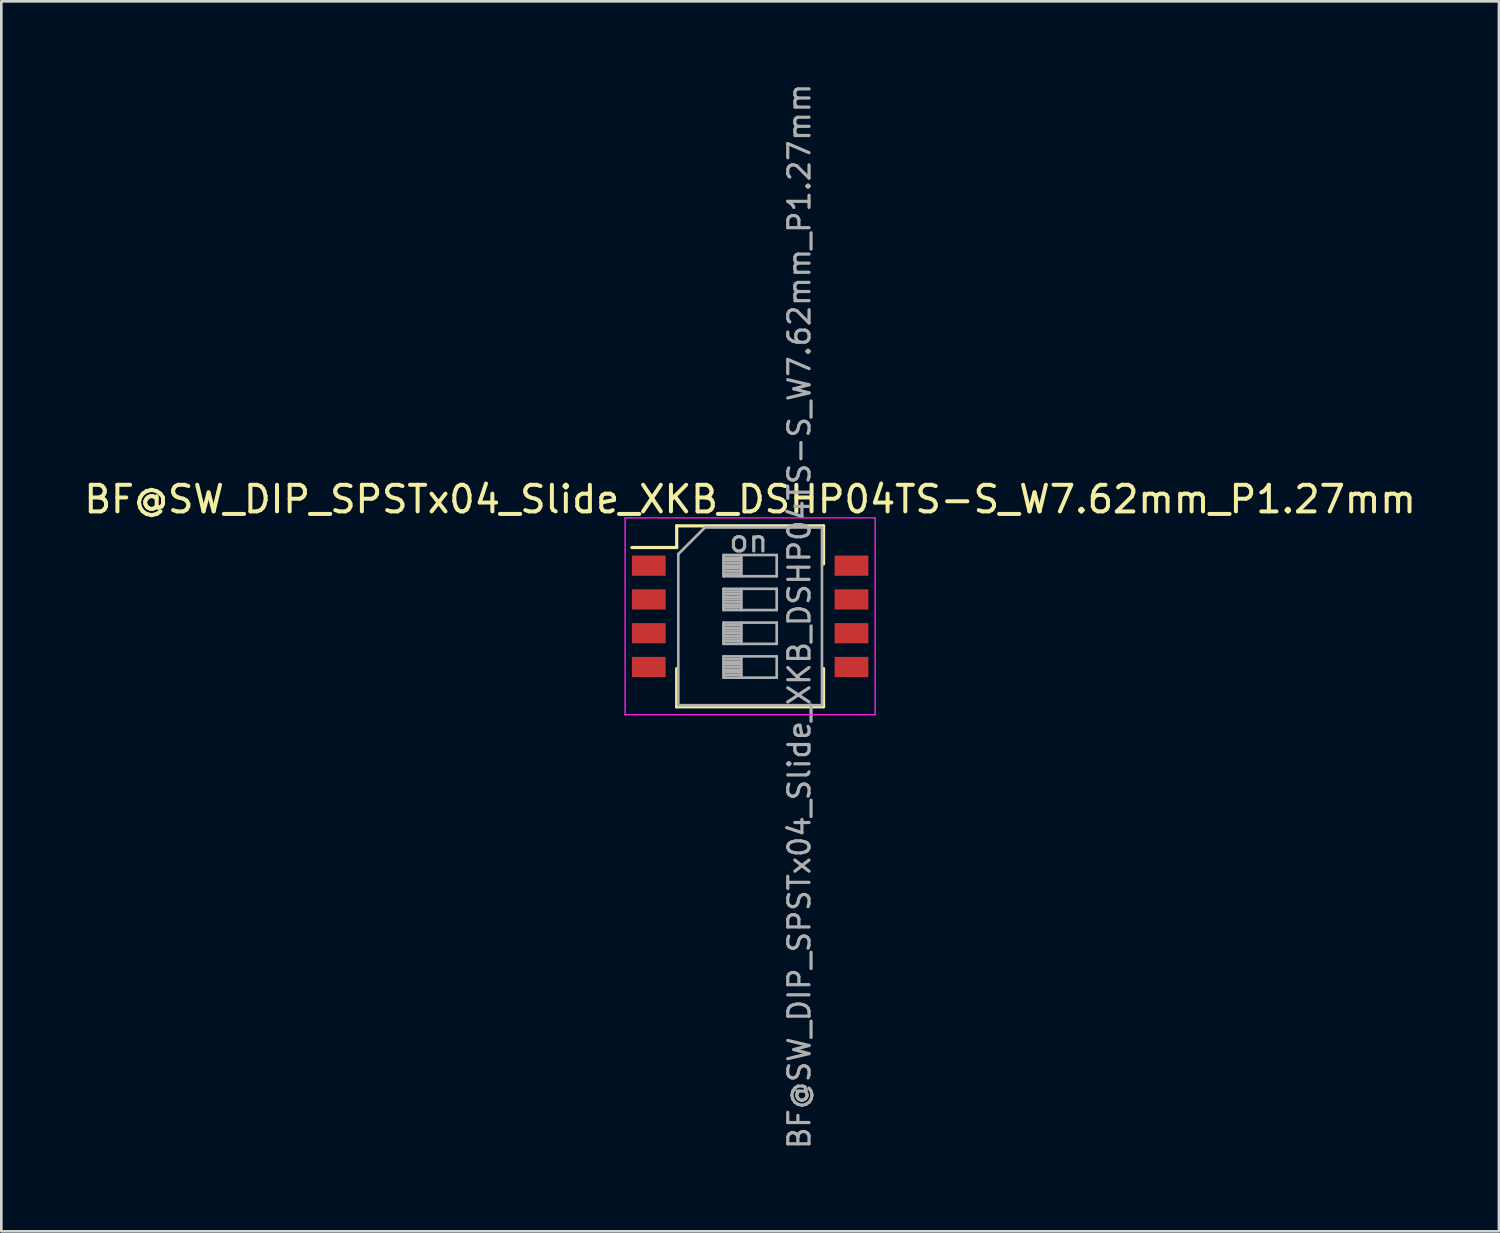
<source format=kicad_pcb>
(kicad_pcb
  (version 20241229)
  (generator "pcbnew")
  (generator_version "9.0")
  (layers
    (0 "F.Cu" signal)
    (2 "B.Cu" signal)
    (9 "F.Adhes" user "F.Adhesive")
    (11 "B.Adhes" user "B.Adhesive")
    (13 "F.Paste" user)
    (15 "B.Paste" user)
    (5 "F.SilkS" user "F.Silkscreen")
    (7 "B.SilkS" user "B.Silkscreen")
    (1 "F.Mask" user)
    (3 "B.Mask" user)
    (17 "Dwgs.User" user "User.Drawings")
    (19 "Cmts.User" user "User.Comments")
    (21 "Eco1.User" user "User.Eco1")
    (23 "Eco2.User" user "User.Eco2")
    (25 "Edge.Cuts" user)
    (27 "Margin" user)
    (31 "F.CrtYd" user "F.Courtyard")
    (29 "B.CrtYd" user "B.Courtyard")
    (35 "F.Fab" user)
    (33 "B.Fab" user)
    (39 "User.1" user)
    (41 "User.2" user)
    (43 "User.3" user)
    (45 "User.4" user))
  (footprint "BF@SW_DIP_SPSTx04_Slide_XKB_DSHP04TS-S_W7.62mm_P1.27mm"
    (layer "F.Cu")
    (at 25.149 20.119)
    (property "Reference" "BF@SW_DIP_SPSTx04_Slide_XKB_DSHP04TS-S_W7.62mm_P1.27mm" (at 0 -4.4 0) (layer "F.SilkS") (effects (font (size 1 1) (thickness 0.15))))
    (attr smd)
    (fp_line (start -4.446 -2.585) (end -2.76 -2.585) (stroke (width 0.12) (type solid)) (layer "F.SilkS"))
    (fp_line (start -2.76 -3.401) (end -2.76 -2.585) (stroke (width 0.12) (type solid)) (layer "F.SilkS"))
    (fp_line (start -2.76 -3.401) (end 2.76 -3.401) (stroke (width 0.12) (type solid)) (layer "F.SilkS"))
    (fp_line (start -2.76 1.966) (end -2.76 3.401) (stroke (width 0.12) (type solid)) (layer "F.SilkS"))
    (fp_line (start -2.76 3.401) (end 2.76 3.401) (stroke (width 0.12) (type solid)) (layer "F.SilkS"))
    (fp_line (start 2.76 -3.401) (end 2.76 -1.966) (stroke (width 0.12) (type solid)) (layer "F.SilkS"))
    (fp_line (start 2.76 1.966) (end 2.76 3.401) (stroke (width 0.12) (type solid)) (layer "F.SilkS"))
    (fp_line (start -4.7 -3.7) (end -4.7 3.7) (stroke (width 0.05) (type solid)) (layer "F.CrtYd"))
    (fp_line (start -4.7 3.7) (end 4.7 3.7) (stroke (width 0.05) (type solid)) (layer "F.CrtYd"))
    (fp_line (start 4.7 -3.7) (end -4.7 -3.7) (stroke (width 0.05) (type solid)) (layer "F.CrtYd"))
    (fp_line (start 4.7 3.7) (end 4.7 -3.7) (stroke (width 0.05) (type solid)) (layer "F.CrtYd"))
    (fp_line (start -2.7 -2.34) (end -1.7 -3.34) (stroke (width 0.1) (type solid)) (layer "F.Fab"))
    (fp_line (start -2.7 3.34) (end -2.7 -2.34) (stroke (width 0.1) (type solid)) (layer "F.Fab"))
    (fp_line (start -1.7 -3.34) (end 2.7 -3.34) (stroke (width 0.1) (type solid)) (layer "F.Fab"))
    (fp_line (start -1 -2.305) (end -1 -1.505) (stroke (width 0.1) (type solid)) (layer "F.Fab"))
    (fp_line (start -1 -2.205) (end -0.333 -2.205) (stroke (width 0.1) (type solid)) (layer "F.Fab"))
    (fp_line (start -1 -2.105) (end -0.333 -2.105) (stroke (width 0.1) (type solid)) (layer "F.Fab"))
    (fp_line (start -1 -2.005) (end -0.333 -2.005) (stroke (width 0.1) (type solid)) (layer "F.Fab"))
    (fp_line (start -1 -1.905) (end -0.333 -1.905) (stroke (width 0.1) (type solid)) (layer "F.Fab"))
    (fp_line (start -1 -1.805) (end -0.333 -1.805) (stroke (width 0.1) (type solid)) (layer "F.Fab"))
    (fp_line (start -1 -1.705) (end -0.333 -1.705) (stroke (width 0.1) (type solid)) (layer "F.Fab"))
    (fp_line (start -1 -1.605) (end -0.333 -1.605) (stroke (width 0.1) (type solid)) (layer "F.Fab"))
    (fp_line (start -1 -1.505) (end 1 -1.505) (stroke (width 0.1) (type solid)) (layer "F.Fab"))
    (fp_line (start -1 -1.035) (end -1 -0.235) (stroke (width 0.1) (type solid)) (layer "F.Fab"))
    (fp_line (start -1 -0.935) (end -0.333 -0.935) (stroke (width 0.1) (type solid)) (layer "F.Fab"))
    (fp_line (start -1 -0.835) (end -0.333 -0.835) (stroke (width 0.1) (type solid)) (layer "F.Fab"))
    (fp_line (start -1 -0.735) (end -0.333 -0.735) (stroke (width 0.1) (type solid)) (layer "F.Fab"))
    (fp_line (start -1 -0.635) (end -0.333 -0.635) (stroke (width 0.1) (type solid)) (layer "F.Fab"))
    (fp_line (start -1 -0.535) (end -0.333 -0.535) (stroke (width 0.1) (type solid)) (layer "F.Fab"))
    (fp_line (start -1 -0.435) (end -0.333 -0.435) (stroke (width 0.1) (type solid)) (layer "F.Fab"))
    (fp_line (start -1 -0.335) (end -0.333 -0.335) (stroke (width 0.1) (type solid)) (layer "F.Fab"))
    (fp_line (start -1 -0.235) (end 1 -0.235) (stroke (width 0.1) (type solid)) (layer "F.Fab"))
    (fp_line (start -1 0.235) (end -1 1.035) (stroke (width 0.1) (type solid)) (layer "F.Fab"))
    (fp_line (start -1 0.335) (end -0.333 0.335) (stroke (width 0.1) (type solid)) (layer "F.Fab"))
    (fp_line (start -1 0.435) (end -0.333 0.435) (stroke (width 0.1) (type solid)) (layer "F.Fab"))
    (fp_line (start -1 0.535) (end -0.333 0.535) (stroke (width 0.1) (type solid)) (layer "F.Fab"))
    (fp_line (start -1 0.635) (end -0.333 0.635) (stroke (width 0.1) (type solid)) (layer "F.Fab"))
    (fp_line (start -1 0.735) (end -0.333 0.735) (stroke (width 0.1) (type solid)) (layer "F.Fab"))
    (fp_line (start -1 0.835) (end -0.333 0.835) (stroke (width 0.1) (type solid)) (layer "F.Fab"))
    (fp_line (start -1 0.935) (end -0.333 0.935) (stroke (width 0.1) (type solid)) (layer "F.Fab"))
    (fp_line (start -1 1.035) (end 1 1.035) (stroke (width 0.1) (type solid)) (layer "F.Fab"))
    (fp_line (start -1 1.505) (end -1 2.305) (stroke (width 0.1) (type solid)) (layer "F.Fab"))
    (fp_line (start -1 1.605) (end -0.333 1.605) (stroke (width 0.1) (type solid)) (layer "F.Fab"))
    (fp_line (start -1 1.705) (end -0.333 1.705) (stroke (width 0.1) (type solid)) (layer "F.Fab"))
    (fp_line (start -1 1.805) (end -0.333 1.805) (stroke (width 0.1) (type solid)) (layer "F.Fab"))
    (fp_line (start -1 1.905) (end -0.333 1.905) (stroke (width 0.1) (type solid)) (layer "F.Fab"))
    (fp_line (start -1 2.005) (end -0.333 2.005) (stroke (width 0.1) (type solid)) (layer "F.Fab"))
    (fp_line (start -1 2.105) (end -0.333 2.105) (stroke (width 0.1) (type solid)) (layer "F.Fab"))
    (fp_line (start -1 2.205) (end -0.333 2.205) (stroke (width 0.1) (type solid)) (layer "F.Fab"))
    (fp_line (start -1 2.305) (end 1 2.305) (stroke (width 0.1) (type solid)) (layer "F.Fab"))
    (fp_line (start -0.333 -2.305) (end -0.333 -1.505) (stroke (width 0.1) (type solid)) (layer "F.Fab"))
    (fp_line (start -0.333 -1.035) (end -0.333 -0.235) (stroke (width 0.1) (type solid)) (layer "F.Fab"))
    (fp_line (start -0.333 0.235) (end -0.333 1.035) (stroke (width 0.1) (type solid)) (layer "F.Fab"))
    (fp_line (start -0.333 1.505) (end -0.333 2.305) (stroke (width 0.1) (type solid)) (layer "F.Fab"))
    (fp_line (start 1 -2.305) (end -1 -2.305) (stroke (width 0.1) (type solid)) (layer "F.Fab"))
    (fp_line (start 1 -1.505) (end 1 -2.305) (stroke (width 0.1) (type solid)) (layer "F.Fab"))
    (fp_line (start 1 -1.035) (end -1 -1.035) (stroke (width 0.1) (type solid)) (layer "F.Fab"))
    (fp_line (start 1 -0.235) (end 1 -1.035) (stroke (width 0.1) (type solid)) (layer "F.Fab"))
    (fp_line (start 1 0.235) (end -1 0.235) (stroke (width 0.1) (type solid)) (layer "F.Fab"))
    (fp_line (start 1 1.035) (end 1 0.235) (stroke (width 0.1) (type solid)) (layer "F.Fab"))
    (fp_line (start 1 1.505) (end -1 1.505) (stroke (width 0.1) (type solid)) (layer "F.Fab"))
    (fp_line (start 1 2.305) (end 1 1.505) (stroke (width 0.1) (type solid)) (layer "F.Fab"))
    (fp_line (start 2.7 -3.34) (end 2.7 3.34) (stroke (width 0.1) (type solid)) (layer "F.Fab"))
    (fp_line (start 2.7 3.34) (end -2.7 3.34) (stroke (width 0.1) (type solid)) (layer "F.Fab"))
    (fp_text user "${REFERENCE}" (at 1.85 0 90) (layer "F.Fab") (effects (font (size 0.8 0.8) (thickness 0.12))))
    (fp_text user "on" (at -0.055 -2.822 0) (layer "F.Fab") (effects (font (size 0.8 0.8) (thickness 0.12))))
    (pad "1" smd rect (at -3.81 -1.905) (size 1.27 0.76) (layers "F.Cu" "F.Mask" "F.Paste"))
    (pad "2" smd rect (at -3.81 -0.635) (size 1.27 0.76) (layers "F.Cu" "F.Mask" "F.Paste"))
    (pad "3" smd rect (at -3.81 0.635) (size 1.27 0.76) (layers "F.Cu" "F.Mask" "F.Paste"))
    (pad "4" smd rect (at -3.81 1.905) (size 1.27 0.76) (layers "F.Cu" "F.Mask" "F.Paste"))
    (pad "5" smd rect (at 3.81 1.905) (size 1.27 0.76) (layers "F.Cu" "F.Mask" "F.Paste"))
    (pad "6" smd rect (at 3.81 0.635) (size 1.27 0.76) (layers "F.Cu" "F.Mask" "F.Paste"))
    (pad "7" smd rect (at 3.81 -0.635) (size 1.27 0.76) (layers "F.Cu" "F.Mask" "F.Paste"))
    (pad "8" smd rect (at 3.81 -1.905) (size 1.27 0.76) (layers "F.Cu" "F.Mask" "F.Paste")))
  (gr_rect
    (start -3 -3)
    (end 53.298 43.238)
    (stroke (width 0.1) (type default))
    (fill no)
    (layer "Edge.Cuts")))
</source>
